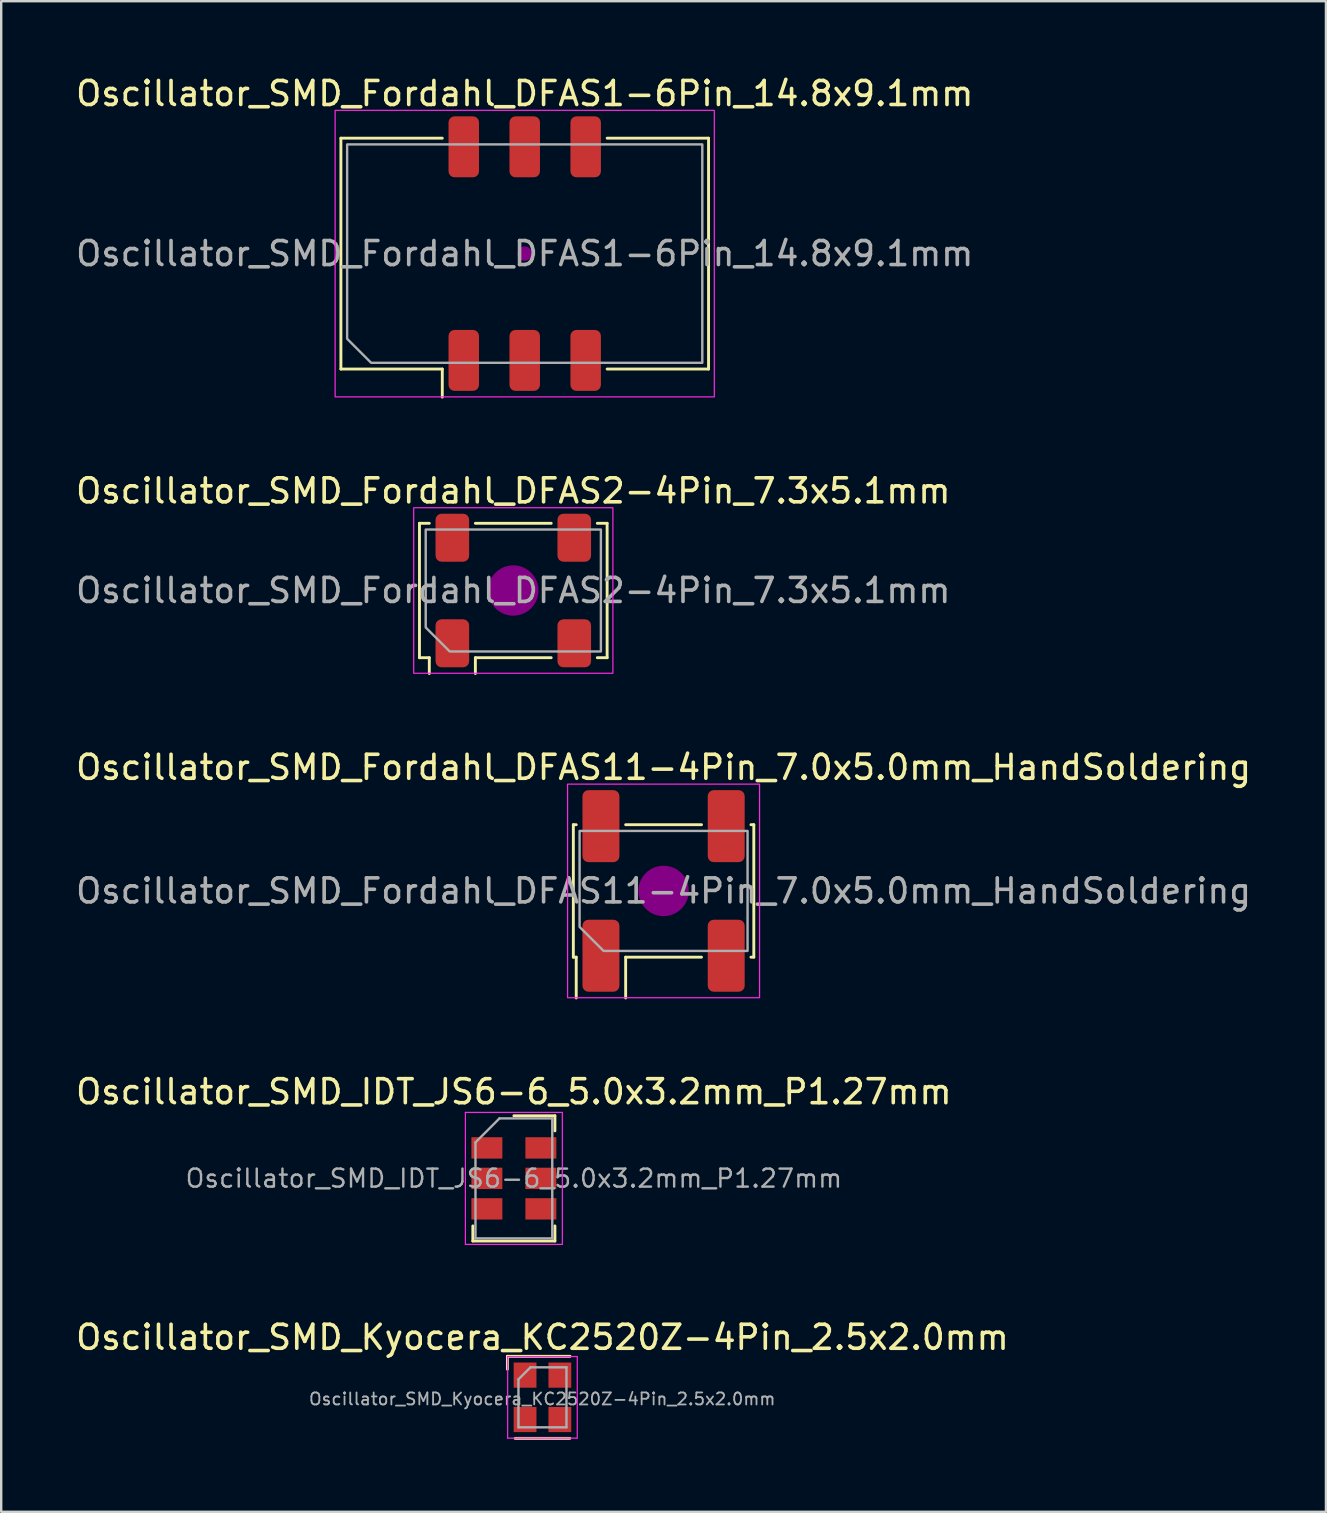
<source format=kicad_pcb>
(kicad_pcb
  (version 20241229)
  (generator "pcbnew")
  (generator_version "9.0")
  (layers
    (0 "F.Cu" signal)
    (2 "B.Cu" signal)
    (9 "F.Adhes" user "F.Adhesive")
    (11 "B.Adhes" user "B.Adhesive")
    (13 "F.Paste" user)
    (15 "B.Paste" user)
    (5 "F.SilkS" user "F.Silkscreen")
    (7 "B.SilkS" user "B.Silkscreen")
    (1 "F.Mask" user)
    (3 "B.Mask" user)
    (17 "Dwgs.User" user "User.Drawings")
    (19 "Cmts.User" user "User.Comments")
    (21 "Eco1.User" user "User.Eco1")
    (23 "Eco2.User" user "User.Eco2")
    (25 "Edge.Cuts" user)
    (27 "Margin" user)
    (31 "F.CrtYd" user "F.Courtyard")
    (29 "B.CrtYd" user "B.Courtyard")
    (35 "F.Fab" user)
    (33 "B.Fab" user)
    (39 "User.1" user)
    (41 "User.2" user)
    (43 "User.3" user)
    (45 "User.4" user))
  (footprint "Oscillator_SMD_Fordahl_DFAS11-4Pin_7.0x5.0mm_HandSoldering"
    (layer "F.Cu")
    (at 24.601 34.075)
    (property "Reference" "Oscillator_SMD_Fordahl_DFAS11-4Pin_7.0x5.0mm_HandSoldering" (at 0 -5.15 0) (layer "F.SilkS") (effects (font (size 1 1) (thickness 0.15))))
    (attr smd)
    (fp_line (start -3.76 -2.76) (end -3.64 -2.76) (stroke (width 0.12) (type solid)) (layer "F.SilkS"))
    (fp_line (start -3.76 2.76) (end -3.76 -2.76) (stroke (width 0.12) (type solid)) (layer "F.SilkS"))
    (fp_line (start -3.64 2.76) (end -3.76 2.76) (stroke (width 0.12) (type solid)) (layer "F.SilkS"))
    (fp_line (start -3.64 4.46) (end -3.64 2.76) (stroke (width 0.12) (type solid)) (layer "F.SilkS"))
    (fp_line (start -1.58 -2.76) (end 1.58 -2.76) (stroke (width 0.12) (type solid)) (layer "F.SilkS"))
    (fp_line (start -1.58 2.76) (end -1.58 4.46) (stroke (width 0.12) (type solid)) (layer "F.SilkS"))
    (fp_line (start 1.58 2.76) (end -1.58 2.76) (stroke (width 0.12) (type solid)) (layer "F.SilkS"))
    (fp_line (start 3.64 -2.76) (end 3.76 -2.76) (stroke (width 0.12) (type solid)) (layer "F.SilkS"))
    (fp_line (start 3.76 -2.76) (end 3.76 2.76) (stroke (width 0.12) (type solid)) (layer "F.SilkS"))
    (fp_line (start 3.76 2.76) (end 3.64 2.76) (stroke (width 0.12) (type solid)) (layer "F.SilkS"))
    (fp_circle (center 0 0) (end 1 0) (stroke (width 0.1) (type solid)) (fill yes) (layer "F.Adhes"))
    (fp_rect (start -4 -4.45) (end 4 4.45) (stroke (width 0.05) (type solid)) (fill no) (layer "F.CrtYd"))
    (fp_poly (pts (xy -3.5 -2.5) (xy -3.5 1.5) (xy -2.5 2.5) (xy 3.5 2.5) (xy 3.5 -2.5)) (stroke (width 0.1) (type solid)) (fill no) (layer "F.Fab"))
    (fp_text user "${REFERENCE}" (at 0 0 0) (layer "F.Fab") (effects (font (size 1 1) (thickness 0.15))))
    (pad "1" smd roundrect (at -2.61 2.7) (size 1.54 3) (layers "F.Cu" "F.Mask" "F.Paste") (roundrect_rratio 0.162))
    (pad "2" smd roundrect (at 2.61 2.7) (size 1.54 3) (layers "F.Cu" "F.Mask" "F.Paste") (roundrect_rratio 0.162))
    (pad "3" smd roundrect (at 2.61 -2.7) (size 1.54 3) (layers "F.Cu" "F.Mask" "F.Paste") (roundrect_rratio 0.162))
    (pad "4" smd roundrect (at -2.61 -2.7) (size 1.54 3) (layers "F.Cu" "F.Mask" "F.Paste") (roundrect_rratio 0.162)))
  (footprint "Oscillator_SMD_Kyocera_KC2520Z-4Pin_2.5x2.0mm"
    (layer "F.Cu")
    (at 19.554 55.176)
    (property "Reference" "Oscillator_SMD_Kyocera_KC2520Z-4Pin_2.5x2.0mm" (at 0 -2.5 0) (layer "F.SilkS") (effects (font (size 1 1) (thickness 0.15))))
    (attr smd)
    (fp_line (start -1.46 -1.71) (end 1.15 -1.71) (stroke (width 0.12) (type solid)) (layer "F.SilkS"))
    (fp_line (start -1.46 -1.17) (end -1.46 -1.71) (stroke (width 0.12) (type solid)) (layer "F.SilkS"))
    (fp_line (start 1.14 1.71) (end -1.14 1.71) (stroke (width 0.12) (type solid)) (layer "F.SilkS"))
    (fp_line (start -1.45 -1.7) (end 1.45 -1.7) (stroke (width 0.05) (type solid)) (layer "F.CrtYd"))
    (fp_line (start -1.45 1.7) (end -1.45 -1.7) (stroke (width 0.05) (type solid)) (layer "F.CrtYd"))
    (fp_line (start 1.45 -1.7) (end 1.45 1.7) (stroke (width 0.05) (type solid)) (layer "F.CrtYd"))
    (fp_line (start 1.45 1.7) (end -1.45 1.7) (stroke (width 0.05) (type solid)) (layer "F.CrtYd"))
    (fp_line (start -1 1.25) (end -1 -0.75) (stroke (width 0.1) (type solid)) (layer "F.Fab"))
    (fp_line (start -0.5 -1.25) (end -1 -0.75) (stroke (width 0.1) (type solid)) (layer "F.Fab"))
    (fp_line (start -0.5 -1.25) (end 1 -1.25) (stroke (width 0.1) (type solid)) (layer "F.Fab"))
    (fp_line (start 1 -1.25) (end 1 1.25) (stroke (width 0.1) (type solid)) (layer "F.Fab"))
    (fp_line (start 1 1.25) (end -1 1.25) (stroke (width 0.1) (type solid)) (layer "F.Fab"))
    (fp_text user "${REFERENCE}" (at -0.01 0.07 0) (layer "F.Fab") (effects (font (size 0.5 0.5) (thickness 0.075))))
    (pad "1" smd rect (at -0.725 -0.925) (size 0.95 1.05) (layers "F.Cu" "F.Mask" "F.Paste"))
    (pad "2" smd rect (at -0.725 0.925) (size 0.95 1.05) (layers "F.Cu" "F.Mask" "F.Paste"))
    (pad "3" smd rect (at 0.725 0.925) (size 0.95 1.05) (layers "F.Cu" "F.Mask" "F.Paste"))
    (pad "4" smd rect (at 0.725 -0.925) (size 0.95 1.05) (layers "F.Cu" "F.Mask" "F.Paste")))
  (footprint "Oscillator_SMD_IDT_JS6-6_5.0x3.2mm_P1.27mm"
    (layer "F.Cu")
    (at 18.363 46.053)
    (property "Reference" "Oscillator_SMD_IDT_JS6-6_5.0x3.2mm_P1.27mm" (at 0 -3.61 0) (layer "F.SilkS") (effects (font (size 1 1) (thickness 0.15))))
    (attr smd)
    (fp_line (start -1.71 2.61) (end -1.71 1.98) (stroke (width 0.12) (type solid)) (layer "F.SilkS"))
    (fp_line (start 0 -2.61) (end 1.71 -2.61) (stroke (width 0.12) (type solid)) (layer "F.SilkS"))
    (fp_line (start 1.71 -2.61) (end 1.71 -1.98) (stroke (width 0.12) (type solid)) (layer "F.SilkS"))
    (fp_line (start 1.71 1.98) (end 1.71 2.61) (stroke (width 0.12) (type solid)) (layer "F.SilkS"))
    (fp_line (start 1.71 2.61) (end -1.71 2.61) (stroke (width 0.12) (type solid)) (layer "F.SilkS"))
    (fp_line (start -2.02 -2.75) (end -2.02 2.75) (stroke (width 0.05) (type solid)) (layer "F.CrtYd"))
    (fp_line (start -2.02 2.75) (end 2.02 2.75) (stroke (width 0.05) (type solid)) (layer "F.CrtYd"))
    (fp_line (start 2.02 -2.75) (end -2.02 -2.75) (stroke (width 0.05) (type solid)) (layer "F.CrtYd"))
    (fp_line (start 2.02 2.75) (end 2.02 -2.75) (stroke (width 0.05) (type solid)) (layer "F.CrtYd"))
    (fp_line (start -1.6 -1.5) (end -1.6 2.5) (stroke (width 0.1) (type solid)) (layer "F.Fab"))
    (fp_line (start -1.6 2.5) (end 1.6 2.5) (stroke (width 0.1) (type solid)) (layer "F.Fab"))
    (fp_line (start -0.6 -2.5) (end -1.6 -1.5) (stroke (width 0.1) (type solid)) (layer "F.Fab"))
    (fp_line (start 1.6 -2.5) (end -0.6 -2.5) (stroke (width 0.1) (type solid)) (layer "F.Fab"))
    (fp_line (start 1.6 2.5) (end 1.6 -2.5) (stroke (width 0.1) (type solid)) (layer "F.Fab"))
    (fp_text user "${REFERENCE}" (at 0 0 0) (layer "F.Fab") (effects (font (size 0.75 0.75) (thickness 0.1))))
    (pad "1" smd rect (at -1.125 -1.27 270) (size 0.89 1.29) (layers "F.Cu" "F.Mask" "F.Paste"))
    (pad "2" smd rect (at -1.125 0 270) (size 0.89 1.29) (layers "F.Cu" "F.Mask" "F.Paste"))
    (pad "3" smd rect (at -1.125 1.27 270) (size 0.89 1.29) (layers "F.Cu" "F.Mask" "F.Paste"))
    (pad "4" smd rect (at 1.125 1.27 270) (size 0.89 1.29) (layers "F.Cu" "F.Mask" "F.Paste"))
    (pad "5" smd rect (at 1.125 0 270) (size 0.89 1.29) (layers "F.Cu" "F.Mask" "F.Paste"))
    (pad "6" smd rect (at 1.125 -1.27 270) (size 0.89 1.29) (layers "F.Cu" "F.Mask" "F.Paste")))
  (footprint "Oscillator_SMD_Fordahl_DFAS1-6Pin_14.8x9.1mm"
    (layer "F.Cu")
    (at 18.815 7.518)
    (property "Reference" "Oscillator_SMD_Fordahl_DFAS1-6Pin_14.8x9.1mm" (at 0 -6.67 0) (layer "F.SilkS") (effects (font (size 1 1) (thickness 0.15))))
    (attr smd)
    (fp_line (start -7.66 -4.81) (end -3.435 -4.81) (stroke (width 0.12) (type solid)) (layer "F.SilkS"))
    (fp_line (start -7.66 4.81) (end -7.66 -4.81) (stroke (width 0.12) (type solid)) (layer "F.SilkS"))
    (fp_line (start -3.435 4.81) (end -7.66 4.81) (stroke (width 0.12) (type solid)) (layer "F.SilkS"))
    (fp_line (start -3.435 5.98) (end -3.435 4.81) (stroke (width 0.12) (type solid)) (layer "F.SilkS"))
    (fp_line (start 3.435 -4.81) (end 7.66 -4.81) (stroke (width 0.12) (type solid)) (layer "F.SilkS"))
    (fp_line (start 7.66 -4.81) (end 7.66 4.81) (stroke (width 0.12) (type solid)) (layer "F.SilkS"))
    (fp_line (start 7.66 4.81) (end 3.435 4.81) (stroke (width 0.12) (type solid)) (layer "F.SilkS"))
    (fp_circle (center 0 0) (end 0.25 0) (stroke (width 0.1) (type solid)) (fill yes) (layer "F.Adhes"))
    (fp_rect (start -7.9 -5.97) (end 7.9 5.97) (stroke (width 0.05) (type solid)) (fill no) (layer "F.CrtYd"))
    (fp_poly (pts (xy -7.4 -4.55) (xy -7.4 3.55) (xy -6.4 4.55) (xy 7.4 4.55) (xy 7.4 -4.55)) (stroke (width 0.1) (type solid)) (fill no) (layer "F.Fab"))
    (fp_text user "${REFERENCE}" (at 0 0 0) (layer "F.Fab") (effects (font (size 1 1) (thickness 0.15))))
    (pad "1" smd roundrect (at -2.54 4.45) (size 1.27 2.54) (layers "F.Cu" "F.Mask" "F.Paste") (roundrect_rratio 0.197))
    (pad "2" smd roundrect (at 0 4.45) (size 1.27 2.54) (layers "F.Cu" "F.Mask" "F.Paste") (roundrect_rratio 0.197))
    (pad "3" smd roundrect (at 2.54 4.45) (size 1.27 2.54) (layers "F.Cu" "F.Mask" "F.Paste") (roundrect_rratio 0.197))
    (pad "4" smd roundrect (at 2.54 -4.45) (size 1.27 2.54) (layers "F.Cu" "F.Mask" "F.Paste") (roundrect_rratio 0.197))
    (pad "5" smd roundrect (at 0 -4.45) (size 1.27 2.54) (layers "F.Cu" "F.Mask" "F.Paste") (roundrect_rratio 0.197))
    (pad "6" smd roundrect (at -2.54 -4.45) (size 1.27 2.54) (layers "F.Cu" "F.Mask" "F.Paste") (roundrect_rratio 0.197)))
  (footprint "Oscillator_SMD_Fordahl_DFAS2-4Pin_7.3x5.1mm"
    (layer "F.Cu")
    (at 18.339 21.556)
    (property "Reference" "Oscillator_SMD_Fordahl_DFAS2-4Pin_7.3x5.1mm" (at 0 -4.15 0) (layer "F.SilkS") (effects (font (size 1 1) (thickness 0.15))))
    (attr smd)
    (fp_line (start -3.91 -2.8) (end -3.5 -2.8) (stroke (width 0.12) (type solid)) (layer "F.SilkS"))
    (fp_line (start -3.91 2.8) (end -3.91 -2.8) (stroke (width 0.12) (type solid)) (layer "F.SilkS"))
    (fp_line (start -3.5 2.8) (end -3.91 2.8) (stroke (width 0.12) (type solid)) (layer "F.SilkS"))
    (fp_line (start -3.5 3.46) (end -3.5 2.8) (stroke (width 0.12) (type solid)) (layer "F.SilkS"))
    (fp_line (start -1.58 -2.8) (end 1.58 -2.8) (stroke (width 0.12) (type solid)) (layer "F.SilkS"))
    (fp_line (start -1.58 2.8) (end -1.58 3.46) (stroke (width 0.12) (type solid)) (layer "F.SilkS"))
    (fp_line (start 1.58 2.8) (end -1.58 2.8) (stroke (width 0.12) (type solid)) (layer "F.SilkS"))
    (fp_line (start 3.5 -2.8) (end 3.91 -2.8) (stroke (width 0.12) (type solid)) (layer "F.SilkS"))
    (fp_line (start 3.91 -2.8) (end 3.91 2.8) (stroke (width 0.12) (type solid)) (layer "F.SilkS"))
    (fp_line (start 3.91 2.8) (end 3.5 2.8) (stroke (width 0.12) (type solid)) (layer "F.SilkS"))
    (fp_circle (center 0 0) (end 1 0) (stroke (width 0.1) (type solid)) (fill yes) (layer "F.Adhes"))
    (fp_rect (start -4.15 -3.45) (end 4.15 3.45) (stroke (width 0.05) (type solid)) (fill no) (layer "F.CrtYd"))
    (fp_poly (pts (xy -3.65 -2.54) (xy -3.65 1.54) (xy -2.65 2.54) (xy 3.65 2.54) (xy 3.65 -2.54)) (stroke (width 0.1) (type solid)) (fill no) (layer "F.Fab"))
    (fp_text user "${REFERENCE}" (at 0 0 0) (layer "F.Fab") (effects (font (size 1 1) (thickness 0.15))))
    (pad "1" smd roundrect (at -2.54 2.2) (size 1.4 2) (layers "F.Cu" "F.Mask" "F.Paste") (roundrect_rratio 0.179))
    (pad "2" smd roundrect (at 2.54 2.2) (size 1.4 2) (layers "F.Cu" "F.Mask" "F.Paste") (roundrect_rratio 0.179))
    (pad "3" smd roundrect (at 2.54 -2.2) (size 1.4 2) (layers "F.Cu" "F.Mask" "F.Paste") (roundrect_rratio 0.179))
    (pad "4" smd roundrect (at -2.54 -2.2) (size 1.4 2) (layers "F.Cu" "F.Mask" "F.Paste") (roundrect_rratio 0.179)))
  (gr_rect
    (start -3 -3)
    (end 52.202 59.946)
    (stroke (width 0.1) (type default))
    (fill no)
    (layer "Edge.Cuts")))
</source>
